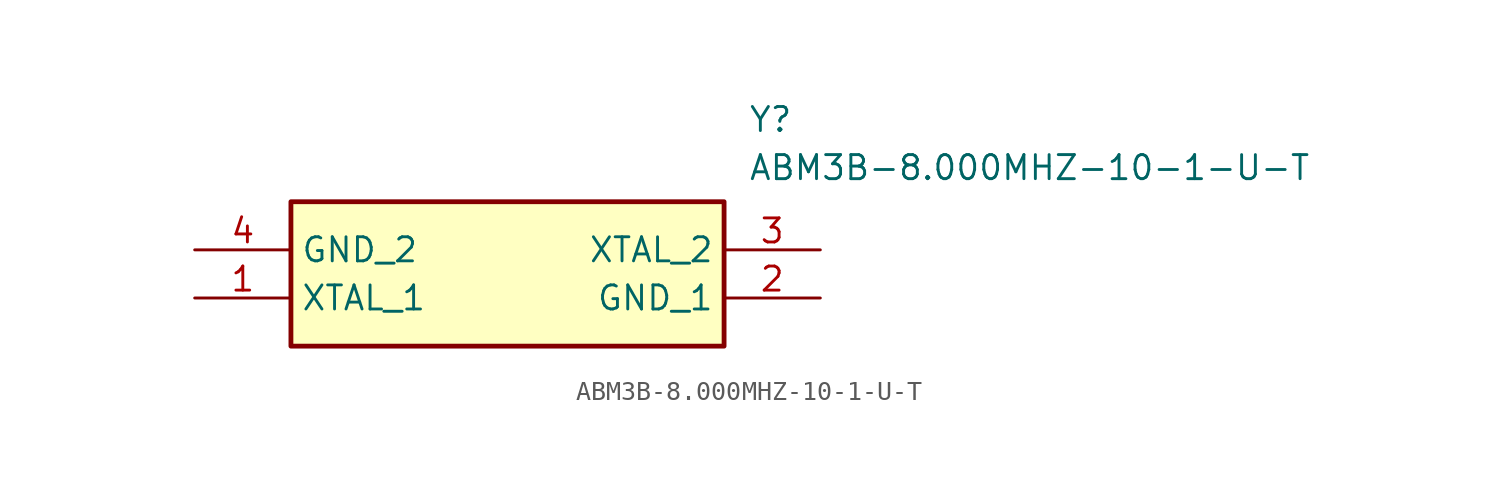
<source format=kicad_sym>
(kicad_symbol_lib
  (version 20211014)
  (generator SamacSys_ECAD_Model)
  (symbol "ABM3B-8.000MHZ-10-1-U-T"
    (property "Reference" "Y"
      (at 29.21 7.62 0)
      (effects (font (size 1.27 1.27)) (justify left top)))
    (property "Value" "ABM3B-8.000MHZ-10-1-U-T"
      (at 29.21 5.08 0)
      (effects (font (size 1.27 1.27)) (justify left top)))
    (rectangle
      (start 5.08 2.54)
      (end 27.94 -5.08)
      (stroke (width 0.254) (type default))
      (fill (type background)))
    (pin passive line
      (at 0 -2.54 0)
      (length 5.08)
      (name "XTAL_1" (effects (font (size 1.27 1.27))))
      (number "1" (effects (font (size 1.27 1.27)))))
    (pin passive line
      (at 33.02 -2.54 180)
      (length 5.08)
      (name "GND_1" (effects (font (size 1.27 1.27))))
      (number "2" (effects (font (size 1.27 1.27)))))
    (pin passive line
      (at 33.02 0 180)
      (length 5.08)
      (name "XTAL_2" (effects (font (size 1.27 1.27))))
      (number "3" (effects (font (size 1.27 1.27)))))
    (pin passive line
      (at 0 0 0)
      (length 5.08)
      (name "GND_2" (effects (font (size 1.27 1.27))))
      (number "4" (effects (font (size 1.27 1.27)))))))
</source>
